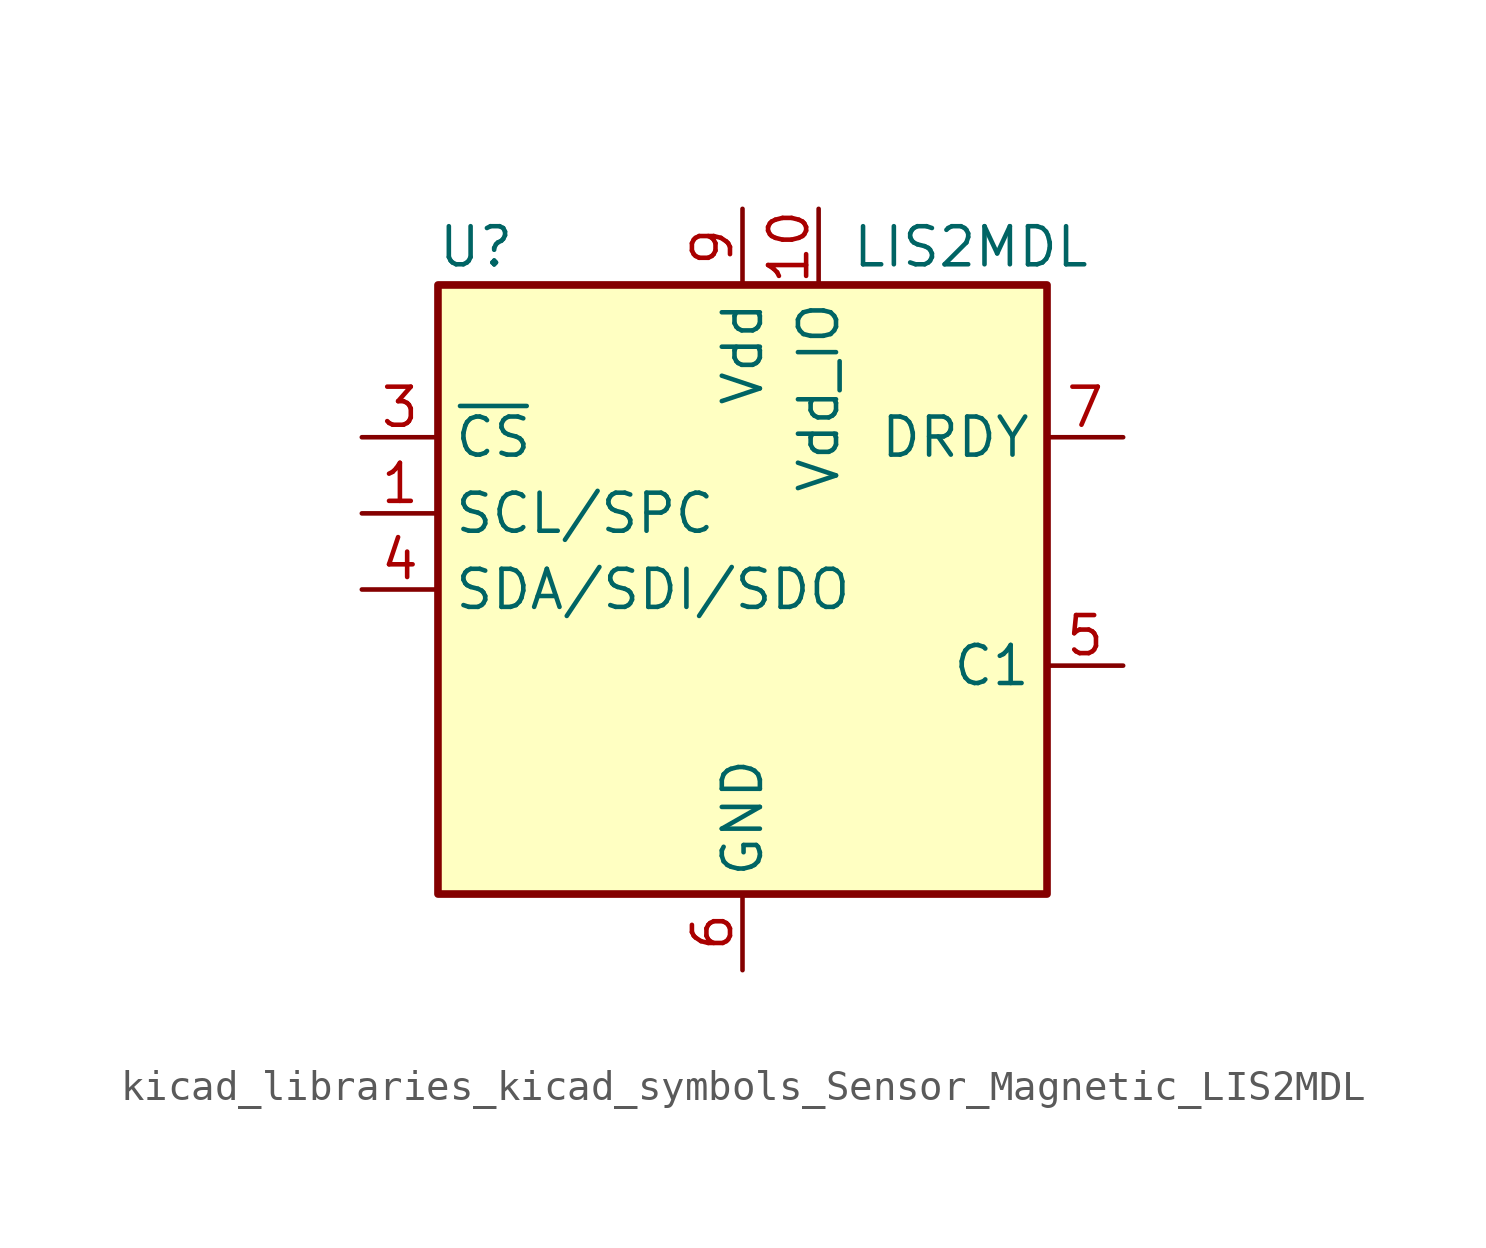
<source format=kicad_sym>
(kicad_symbol_lib
  (version 20220914)
  (generator kicad_symbol_editor)
  (symbol "kicad_libraries_kicad_symbols_Sensor_Magnetic_LIS2MDL"
    (property "Reference" "U"
      (at -8.89 11.43 0)
      (effects (font (size 1.27 1.27))))
    (property "Value" "LIS2MDL"
      (at 7.62 11.43 0)
      (effects (font (size 1.27 1.27))))
    (symbol "kicad_libraries_kicad_symbols_Sensor_Magnetic_LIS2MDL_0_1"
      (rectangle (start -10.16 10.16) (end 10.16 -10.16) (stroke (width 0.254) (type default)) (fill (type background))))
    (symbol "kicad_libraries_kicad_symbols_Sensor_Magnetic_LIS2MDL_1_1"
      (pin input line (at -12.7 2.54 0) (length 2.54) (name "SCL/SPC" (effects (font (size 1.27 1.27)))) (number "1" (effects (font (size 1.27 1.27)))))
      (pin power_in line (at 2.54 12.7 270) (length 2.54) (name "Vdd_IO" (effects (font (size 1.27 1.27)))) (number "10" (effects (font (size 1.27 1.27)))))
      (pin no_connect line (at -10.16 -7.62 0) (length 2.54) hide (name "NC" (effects (font (size 1.27 1.27)))) (number "11" (effects (font (size 1.27 1.27)))))
      (pin no_connect line (at 10.16 -7.62 180) (length 2.54) hide (name "NC" (effects (font (size 1.27 1.27)))) (number "12" (effects (font (size 1.27 1.27)))))
      (pin no_connect line (at -10.16 -5.08 0) (length 2.54) hide (name "NC" (effects (font (size 1.27 1.27)))) (number "2" (effects (font (size 1.27 1.27)))))
      (pin input line (at -12.7 5.08 0) (length 2.54) (name "~{CS}" (effects (font (size 1.27 1.27)))) (number "3" (effects (font (size 1.27 1.27)))))
      (pin bidirectional line (at -12.7 0 0) (length 2.54) (name "SDA/SDI/SDO" (effects (font (size 1.27 1.27)))) (number "4" (effects (font (size 1.27 1.27)))))
      (pin power_out line (at 12.7 -2.54 180) (length 2.54) (name "C1" (effects (font (size 1.27 1.27)))) (number "5" (effects (font (size 1.27 1.27)))))
      (pin power_in line (at 0 -12.7 90) (length 2.54) (name "GND" (effects (font (size 1.27 1.27)))) (number "6" (effects (font (size 1.27 1.27)))))
      (pin output line (at 12.7 5.08 180) (length 2.54) (name "DRDY" (effects (font (size 1.27 1.27)))) (number "7" (effects (font (size 1.27 1.27)))) (alternate "INT" output line) (alternate "SDO" output line))
      (pin passive line (at 0 -12.7 90) (length 2.54) hide (name "GND" (effects (font (size 1.27 1.27)))) (number "8" (effects (font (size 1.27 1.27)))))
      (pin power_in line (at 0 12.7 270) (length 2.54) (name "Vdd" (effects (font (size 1.27 1.27)))) (number "9" (effects (font (size 1.27 1.27))))))))
</source>
